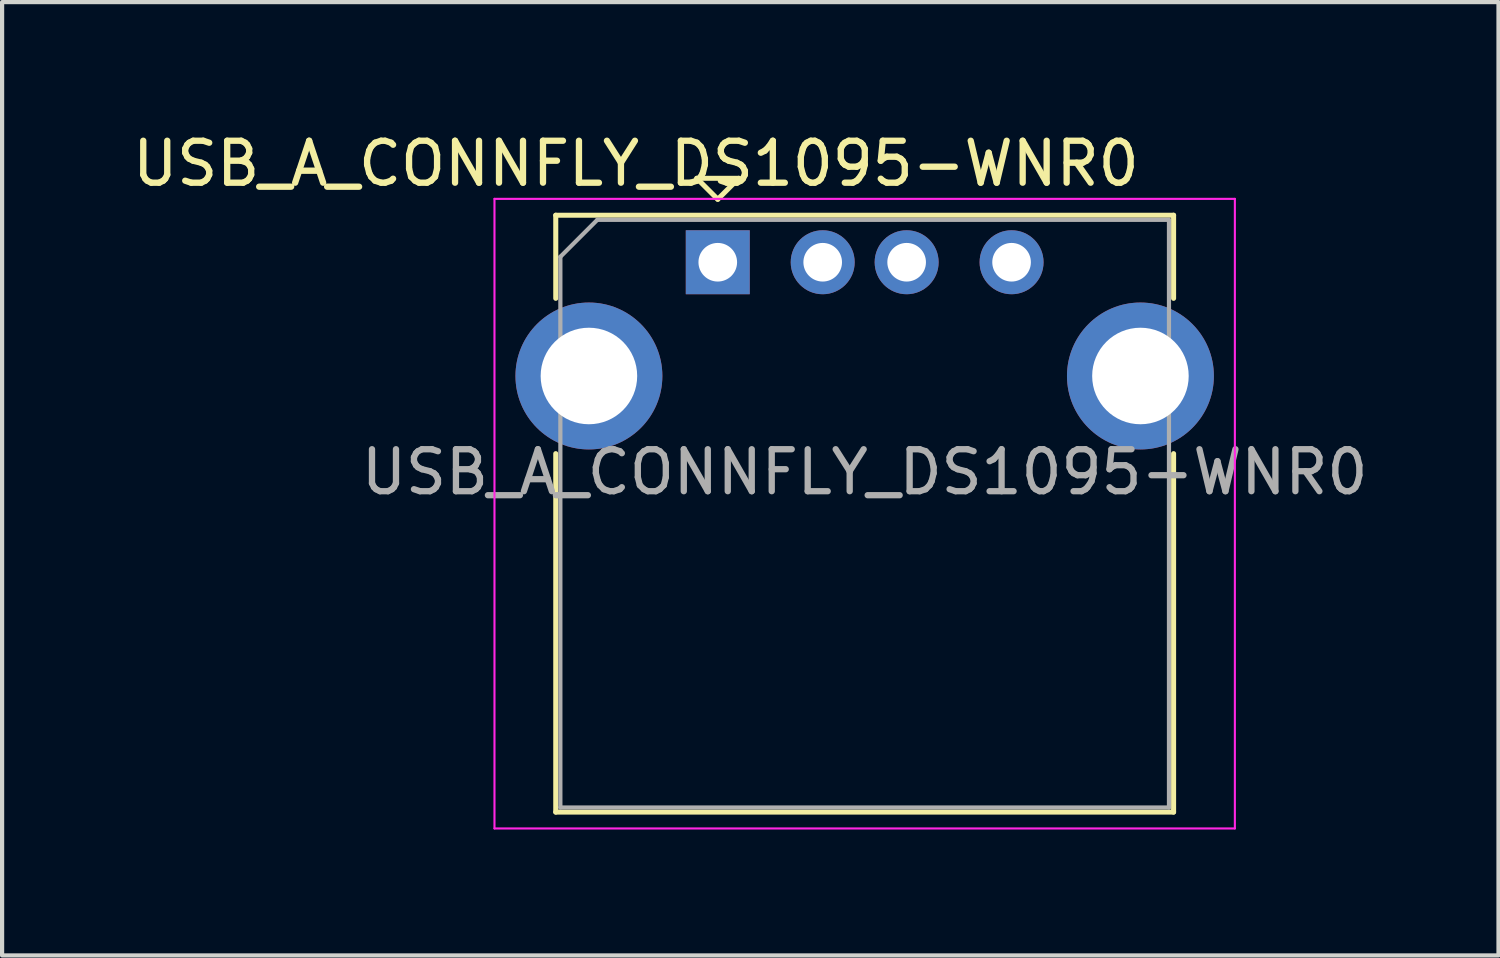
<source format=kicad_pcb>
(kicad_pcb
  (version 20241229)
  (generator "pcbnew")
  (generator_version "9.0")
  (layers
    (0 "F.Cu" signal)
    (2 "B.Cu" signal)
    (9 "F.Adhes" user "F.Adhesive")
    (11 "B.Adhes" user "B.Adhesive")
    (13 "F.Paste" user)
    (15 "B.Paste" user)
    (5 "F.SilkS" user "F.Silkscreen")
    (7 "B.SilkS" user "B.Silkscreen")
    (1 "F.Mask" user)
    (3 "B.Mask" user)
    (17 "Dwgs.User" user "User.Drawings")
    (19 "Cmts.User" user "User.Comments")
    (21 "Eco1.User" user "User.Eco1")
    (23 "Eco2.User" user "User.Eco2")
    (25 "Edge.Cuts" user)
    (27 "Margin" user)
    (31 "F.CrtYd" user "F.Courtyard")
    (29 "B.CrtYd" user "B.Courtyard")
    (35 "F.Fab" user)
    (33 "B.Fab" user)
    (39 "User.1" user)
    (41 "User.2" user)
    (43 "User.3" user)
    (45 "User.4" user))
  (footprint "USB_A_CONNFLY_DS1095-WNR0"
    (layer "F.Cu")
    (at 14.051 3.198)
    (property "Reference" "USB_A_CONNFLY_DS1095-WNR0" (at -1.95 -2.35 0) (layer "F.SilkS") (effects (font (size 1 1) (thickness 0.15))))
    (attr through_hole)
    (fp_line (start -3.86 -1.12) (end -3.86 0.86) (stroke (width 0.12) (type solid)) (layer "F.SilkS"))
    (fp_line (start -3.86 -1.12) (end 10.86 -1.12) (stroke (width 0.12) (type solid)) (layer "F.SilkS"))
    (fp_line (start -3.86 4.56) (end -3.86 13.1) (stroke (width 0.12) (type solid)) (layer "F.SilkS"))
    (fp_line (start -3.86 13.1) (end 10.86 13.1) (stroke (width 0.12) (type solid)) (layer "F.SilkS"))
    (fp_line (start -0.5 -2) (end 0 -1.5) (stroke (width 0.12) (type solid)) (layer "F.SilkS"))
    (fp_line (start 0 -1.5) (end 0.5 -2) (stroke (width 0.12) (type solid)) (layer "F.SilkS"))
    (fp_line (start 0.5 -2) (end -0.5 -2) (stroke (width 0.12) (type solid)) (layer "F.SilkS"))
    (fp_line (start 10.86 0.86) (end 10.86 -1.12) (stroke (width 0.12) (type solid)) (layer "F.SilkS"))
    (fp_line (start 10.86 4.56) (end 10.86 13.1) (stroke (width 0.12) (type solid)) (layer "F.SilkS"))
    (fp_line (start -5.32 -1.51) (end -5.32 13.49) (stroke (width 0.05) (type solid)) (layer "F.CrtYd"))
    (fp_line (start -5.32 -1.51) (end 12.32 -1.51) (stroke (width 0.05) (type solid)) (layer "F.CrtYd"))
    (fp_line (start 12.32 -1.51) (end 12.32 13.49) (stroke (width 0.05) (type solid)) (layer "F.CrtYd"))
    (fp_line (start 12.32 13.49) (end -5.32 13.49) (stroke (width 0.05) (type solid)) (layer "F.CrtYd"))
    (fp_line (start -3.75 -0.13) (end -3.75 12.99) (stroke (width 0.1) (type solid)) (layer "F.Fab"))
    (fp_line (start -3.75 12.99) (end 10.75 12.99) (stroke (width 0.1) (type solid)) (layer "F.Fab"))
    (fp_line (start -2.87 -1.01) (end -3.75 -0.13) (stroke (width 0.1) (type solid)) (layer "F.Fab"))
    (fp_line (start -2.87 -1.01) (end 10.75 -1.01) (stroke (width 0.1) (type solid)) (layer "F.Fab"))
    (fp_line (start 10.75 -1.01) (end 10.75 12.99) (stroke (width 0.1) (type solid)) (layer "F.Fab"))
    (fp_text user "${REFERENCE}" (at 3.5 5 0) (layer "F.Fab") (effects (font (size 1 1) (thickness 0.15))))
    (pad "1" thru_hole rect (at 0 0) (size 1.524 1.524) (drill 0.92) (layers "*.Cu" "*.Mask"))
    (pad "2" thru_hole circle (at 2.5 0) (size 1.524 1.524) (drill 0.92) (layers "*.Cu" "*.Mask"))
    (pad "3" thru_hole circle (at 4.5 0) (size 1.524 1.524) (drill 0.92) (layers "*.Cu" "*.Mask"))
    (pad "4" thru_hole circle (at 7 0) (size 1.524 1.524) (drill 0.92) (layers "*.Cu" "*.Mask"))
    (pad "5" thru_hole circle (at -3.07 2.71) (size 3.5 3.5) (drill 2.3) (layers "*.Cu" "*.Mask"))
    (pad "5" thru_hole circle (at 10.07 2.71) (size 3.5 3.5) (drill 2.3) (layers "*.Cu" "*.Mask")))
  (gr_rect
    (start -3 -3)
    (end 32.652 19.713)
    (stroke (width 0.1) (type default))
    (fill no)
    (layer "Edge.Cuts")))
</source>
